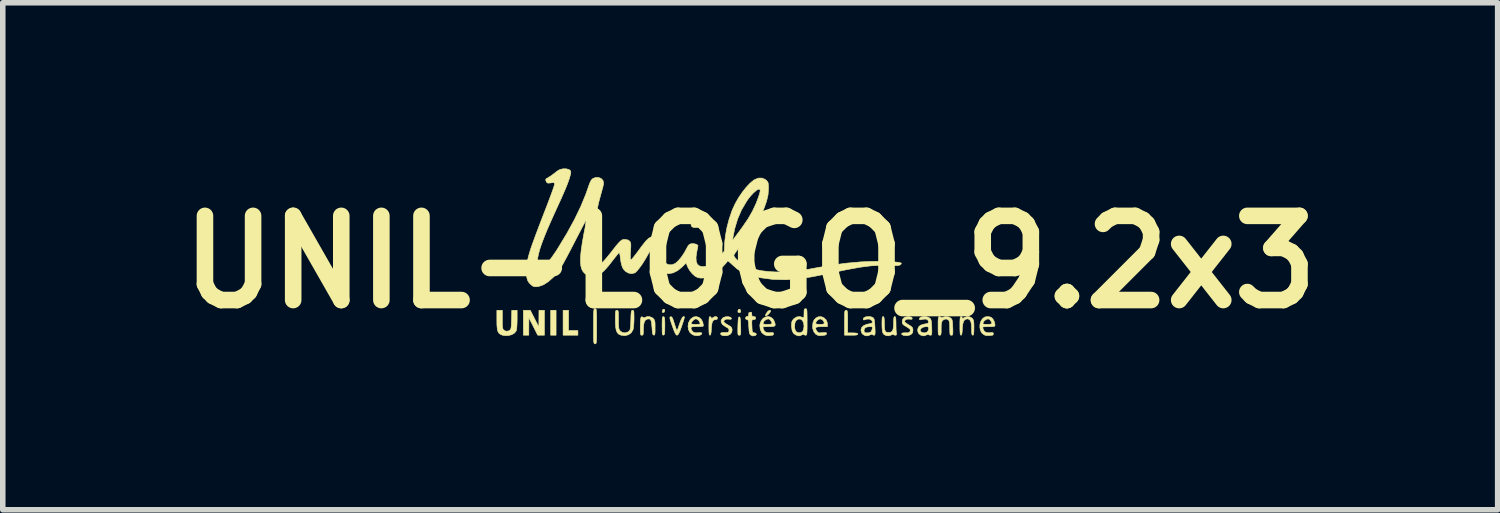
<source format=kicad_pcb>
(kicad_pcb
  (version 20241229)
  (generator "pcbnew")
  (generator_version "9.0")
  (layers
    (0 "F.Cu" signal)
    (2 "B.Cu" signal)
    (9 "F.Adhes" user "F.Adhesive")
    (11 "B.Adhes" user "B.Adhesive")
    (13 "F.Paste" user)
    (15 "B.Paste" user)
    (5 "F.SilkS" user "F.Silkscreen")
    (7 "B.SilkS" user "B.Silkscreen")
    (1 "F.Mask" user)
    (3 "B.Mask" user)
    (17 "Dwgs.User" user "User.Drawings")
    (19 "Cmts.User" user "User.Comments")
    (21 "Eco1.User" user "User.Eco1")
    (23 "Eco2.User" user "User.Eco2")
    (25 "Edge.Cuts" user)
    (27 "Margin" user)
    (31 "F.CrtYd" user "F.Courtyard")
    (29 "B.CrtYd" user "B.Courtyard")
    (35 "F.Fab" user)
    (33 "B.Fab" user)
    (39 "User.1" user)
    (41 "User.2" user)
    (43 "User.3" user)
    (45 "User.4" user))
  (footprint "UNIL-LOGO_9.2x3"
    (layer "F.Cu")
    (at 10.53 1.692)
    (property "Reference" "UNIL-LOGO_9.2x3" (at 0 0 0) (layer "F.SilkS") (effects (font (size 1.524 1.524) (thickness 0.3))))
    (attr through_hole)
    (fp_poly (pts (xy -3.514 1.326) (xy -3.612 1.326) (xy -3.612 0.875) (xy -3.514 0.875) (xy -3.514 1.326)) (stroke (width 0.01) (type solid)) (fill yes) (layer "F.SilkS"))
    (fp_poly (pts (xy -3.288 1.242) (xy -3.119 1.242) (xy -3.119 1.326) (xy -3.387 1.326) (xy -3.387 0.875) (xy -3.288 0.875) (xy -3.288 1.242)) (stroke (width 0.01) (type solid)) (fill yes) (layer "F.SilkS"))
    (fp_poly (pts (xy -1.549 0.864) (xy -1.546 0.885) (xy -1.556 0.907) (xy -1.571 0.915) (xy -1.59 0.912) (xy -1.593 0.891) (xy -1.592 0.887) (xy -1.581 0.861) (xy -1.566 0.854) (xy -1.549 0.864)) (stroke (width 0.01) (type solid)) (fill yes) (layer "F.SilkS"))
    (fp_poly (pts (xy -0.179 0.866) (xy -0.172 0.885) (xy -0.174 0.91) (xy -0.196 0.917) (xy -0.198 0.917) (xy -0.22 0.911) (xy -0.223 0.887) (xy -0.223 0.885) (xy -0.212 0.861) (xy -0.198 0.854) (xy -0.179 0.866)) (stroke (width 0.01) (type solid)) (fill yes) (layer "F.SilkS"))
    (fp_poly (pts (xy -3.903 1.027) (xy -3.826 1.178) (xy -3.825 1.027) (xy -3.824 0.875) (xy -3.725 0.875) (xy -3.725 1.326) (xy -3.846 1.326) (xy -4.006 1.009) (xy -4.008 1.326) (xy -4.106 1.326) (xy -4.106 0.875) (xy -3.98 0.875) (xy -3.903 1.027)) (stroke (width 0.01) (type solid)) (fill yes) (layer "F.SilkS"))
    (fp_poly (pts (xy 0.368 0.878) (xy 0.371 0.89) (xy 0.358 0.913) (xy 0.336 0.939) (xy 0.312 0.962) (xy 0.29 0.973) (xy 0.287 0.974) (xy 0.276 0.97) (xy 0.279 0.953) (xy 0.292 0.93) (xy 0.322 0.89) (xy 0.351 0.875) (xy 0.368 0.878)) (stroke (width 0.01) (type solid)) (fill yes) (layer "F.SilkS"))
    (fp_poly (pts (xy -0.188 0.999) (xy -0.182 1.016) (xy -0.177 1.049) (xy -0.174 1.103) (xy -0.172 1.161) (xy -0.171 1.231) (xy -0.171 1.278) (xy -0.174 1.307) (xy -0.179 1.321) (xy -0.188 1.326) (xy -0.198 1.326) (xy -0.21 1.325) (xy -0.218 1.318) (xy -0.223 1.3) (xy -0.224 1.266) (xy -0.224 1.213) (xy -0.223 1.161) (xy -0.22 1.088) (xy -0.217 1.04) (xy -0.212 1.011) (xy -0.205 0.997) (xy -0.198 0.995) (xy -0.188 0.999)) (stroke (width 0.01) (type solid)) (fill yes) (layer "F.SilkS"))
    (fp_poly (pts (xy -0.881 -0.792) (xy -0.881 -0.792) (xy -0.859 -0.777) (xy -0.849 -0.753) (xy -0.847 -0.715) (xy -0.848 -0.676) (xy -0.858 -0.656) (xy -0.883 -0.643) (xy -0.901 -0.637) (xy -0.965 -0.624) (xy -1.018 -0.623) (xy -1.052 -0.635) (xy -1.056 -0.638) (xy -1.069 -0.665) (xy -1.072 -0.688) (xy -1.068 -0.712) (xy -1.05 -0.714) (xy -1.048 -0.714) (xy -1.025 -0.717) (xy -1.006 -0.744) (xy -1.004 -0.748) (xy -0.974 -0.786) (xy -0.931 -0.802) (xy -0.881 -0.792)) (stroke (width 0.01) (type solid)) (fill yes) (layer "F.SilkS"))
    (fp_poly (pts (xy -1.57 0.99) (xy -1.559 0.995) (xy -1.552 1.009) (xy -1.548 1.035) (xy -1.546 1.08) (xy -1.545 1.147) (xy -1.545 1.157) (xy -1.546 1.228) (xy -1.547 1.275) (xy -1.551 1.303) (xy -1.558 1.318) (xy -1.568 1.323) (xy -1.57 1.324) (xy -1.58 1.323) (xy -1.587 1.315) (xy -1.592 1.293) (xy -1.594 1.254) (xy -1.594 1.194) (xy -1.595 1.157) (xy -1.594 1.085) (xy -1.593 1.037) (xy -1.59 1.008) (xy -1.584 0.994) (xy -1.575 0.99) (xy -1.57 0.99)) (stroke (width 0.01) (type solid)) (fill yes) (layer "F.SilkS"))
    (fp_poly (pts (xy 1.747 0.876) (xy 1.754 0.883) (xy 1.759 0.901) (xy 1.762 0.932) (xy 1.764 0.982) (xy 1.764 1.054) (xy 1.764 1.079) (xy 1.764 1.284) (xy 1.856 1.284) (xy 1.907 1.286) (xy 1.936 1.291) (xy 1.947 1.3) (xy 1.947 1.305) (xy 1.942 1.316) (xy 1.924 1.322) (xy 1.886 1.326) (xy 1.827 1.326) (xy 1.707 1.326) (xy 1.707 1.101) (xy 1.708 1.016) (xy 1.708 0.956) (xy 1.71 0.916) (xy 1.714 0.892) (xy 1.72 0.88) (xy 1.729 0.875) (xy 1.736 0.875) (xy 1.747 0.876)) (stroke (width 0.01) (type solid)) (fill yes) (layer "F.SilkS"))
    (fp_poly (pts (xy -0.709 0.999) (xy -0.706 1.011) (xy -0.704 1.027) (xy -0.693 1.022) (xy -0.68 1.011) (xy -0.647 0.992) (xy -0.616 0.988) (xy -0.596 1.002) (xy -0.593 1.016) (xy -0.601 1.039) (xy -0.626 1.044) (xy -0.657 1.05) (xy -0.678 1.071) (xy -0.692 1.109) (xy -0.7 1.17) (xy -0.703 1.208) (xy -0.707 1.27) (xy -0.714 1.307) (xy -0.723 1.324) (xy -0.728 1.326) (xy -0.737 1.321) (xy -0.743 1.301) (xy -0.746 1.264) (xy -0.748 1.204) (xy -0.748 1.157) (xy -0.747 1.084) (xy -0.745 1.035) (xy -0.741 1.005) (xy -0.735 0.991) (xy -0.727 0.988) (xy -0.709 0.999)) (stroke (width 0.01) (type solid)) (fill yes) (layer "F.SilkS"))
    (fp_poly (pts (xy -2.799 0.848) (xy -2.792 0.853) (xy -2.787 0.866) (xy -2.784 0.89) (xy -2.782 0.929) (xy -2.78 0.986) (xy -2.78 1.065) (xy -2.78 1.164) (xy -2.78 1.267) (xy -2.78 1.344) (xy -2.782 1.401) (xy -2.784 1.439) (xy -2.787 1.463) (xy -2.792 1.476) (xy -2.799 1.481) (xy -2.808 1.482) (xy -2.817 1.481) (xy -2.824 1.475) (xy -2.829 1.462) (xy -2.833 1.438) (xy -2.835 1.399) (xy -2.836 1.342) (xy -2.836 1.264) (xy -2.836 1.164) (xy -2.836 1.062) (xy -2.836 0.984) (xy -2.835 0.928) (xy -2.832 0.889) (xy -2.829 0.866) (xy -2.824 0.853) (xy -2.817 0.848) (xy -2.808 0.847) (xy -2.799 0.848)) (stroke (width 0.01) (type solid)) (fill yes) (layer "F.SilkS"))
    (fp_poly (pts (xy -4.487 1.042) (xy -4.487 1.115) (xy -4.485 1.165) (xy -4.48 1.198) (xy -4.473 1.219) (xy -4.462 1.233) (xy -4.462 1.233) (xy -4.42 1.254) (xy -4.374 1.248) (xy -4.352 1.236) (xy -4.341 1.224) (xy -4.332 1.206) (xy -4.327 1.176) (xy -4.323 1.129) (xy -4.321 1.06) (xy -4.32 1.045) (xy -4.316 0.875) (xy -4.219 0.875) (xy -4.219 1.044) (xy -4.221 1.122) (xy -4.225 1.188) (xy -4.231 1.233) (xy -4.236 1.249) (xy -4.268 1.288) (xy -4.319 1.317) (xy -4.382 1.333) (xy -4.448 1.333) (xy -4.483 1.326) (xy -4.522 1.31) (xy -4.549 1.289) (xy -4.568 1.256) (xy -4.579 1.209) (xy -4.585 1.141) (xy -4.586 1.056) (xy -4.586 0.875) (xy -4.487 0.875) (xy -4.487 1.042)) (stroke (width 0.01) (type solid)) (fill yes) (layer "F.SilkS"))
    (fp_poly (pts (xy -1.191 0.992) (xy -1.192 1.007) (xy -1.201 1.044) (xy -1.218 1.096) (xy -1.239 1.159) (xy -1.239 1.16) (xy -1.269 1.241) (xy -1.293 1.295) (xy -1.314 1.323) (xy -1.334 1.324) (xy -1.354 1.299) (xy -1.377 1.249) (xy -1.401 1.183) (xy -1.427 1.109) (xy -1.444 1.058) (xy -1.453 1.025) (xy -1.455 1.006) (xy -1.451 0.997) (xy -1.441 0.992) (xy -1.436 0.991) (xy -1.423 0.994) (xy -1.41 1.01) (xy -1.395 1.045) (xy -1.377 1.102) (xy -1.373 1.114) (xy -1.355 1.169) (xy -1.34 1.212) (xy -1.329 1.238) (xy -1.326 1.242) (xy -1.319 1.229) (xy -1.305 1.196) (xy -1.288 1.148) (xy -1.279 1.121) (xy -1.252 1.049) (xy -1.228 1.004) (xy -1.206 0.986) (xy -1.191 0.992)) (stroke (width 0.01) (type solid)) (fill yes) (layer "F.SilkS"))
    (fp_poly (pts (xy -0.37 0.996) (xy -0.346 1.01) (xy -0.341 1.019) (xy -0.343 1.034) (xy -0.36 1.038) (xy -0.387 1.035) (xy -0.434 1.035) (xy -0.467 1.051) (xy -0.48 1.08) (xy -0.48 1.08) (xy -0.468 1.096) (xy -0.438 1.119) (xy -0.406 1.139) (xy -0.363 1.163) (xy -0.34 1.184) (xy -0.33 1.208) (xy -0.327 1.228) (xy -0.335 1.277) (xy -0.365 1.312) (xy -0.413 1.333) (xy -0.475 1.336) (xy -0.504 1.331) (xy -0.53 1.316) (xy -0.536 1.3) (xy -0.531 1.286) (xy -0.512 1.278) (xy -0.473 1.276) (xy -0.462 1.276) (xy -0.419 1.276) (xy -0.396 1.27) (xy -0.387 1.257) (xy -0.384 1.242) (xy -0.386 1.218) (xy -0.402 1.198) (xy -0.438 1.176) (xy -0.445 1.172) (xy -0.498 1.136) (xy -0.525 1.096) (xy -0.527 1.056) (xy -0.503 1.02) (xy -0.486 1.007) (xy -0.45 0.993) (xy -0.409 0.99) (xy -0.37 0.996)) (stroke (width 0.01) (type solid)) (fill yes) (layer "F.SilkS"))
    (fp_poly (pts (xy 2.903 0.995) (xy 2.928 1.01) (xy 2.932 1.019) (xy 2.931 1.034) (xy 2.914 1.038) (xy 2.887 1.035) (xy 2.841 1.035) (xy 2.807 1.05) (xy 2.794 1.077) (xy 2.794 1.078) (xy 2.805 1.094) (xy 2.835 1.116) (xy 2.868 1.137) (xy 2.91 1.163) (xy 2.934 1.185) (xy 2.944 1.21) (xy 2.946 1.229) (xy 2.942 1.275) (xy 2.923 1.303) (xy 2.881 1.326) (xy 2.828 1.335) (xy 2.777 1.329) (xy 2.768 1.326) (xy 2.742 1.31) (xy 2.742 1.295) (xy 2.764 1.284) (xy 2.806 1.282) (xy 2.812 1.282) (xy 2.855 1.282) (xy 2.879 1.274) (xy 2.891 1.26) (xy 2.899 1.238) (xy 2.893 1.219) (xy 2.869 1.198) (xy 2.825 1.17) (xy 2.819 1.166) (xy 2.779 1.142) (xy 2.759 1.121) (xy 2.752 1.096) (xy 2.752 1.079) (xy 2.759 1.037) (xy 2.785 1.009) (xy 2.786 1.008) (xy 2.822 0.994) (xy 2.865 0.99) (xy 2.903 0.995)) (stroke (width 0.01) (type solid)) (fill yes) (layer "F.SilkS"))
    (fp_poly (pts (xy 0.022 0.909) (xy 0.028 0.929) (xy 0.028 0.944) (xy 0.032 0.975) (xy 0.047 0.987) (xy 0.064 0.988) (xy 0.091 0.994) (xy 0.099 1.016) (xy 0.091 1.038) (xy 0.063 1.044) (xy 0.045 1.045) (xy 0.035 1.052) (xy 0.03 1.07) (xy 0.029 1.105) (xy 0.031 1.161) (xy 0.034 1.218) (xy 0.037 1.252) (xy 0.044 1.271) (xy 0.056 1.279) (xy 0.074 1.282) (xy 0.104 1.292) (xy 0.112 1.311) (xy 0.098 1.328) (xy 0.091 1.332) (xy 0.049 1.34) (xy 0.011 1.324) (xy 0.007 1.321) (xy -0.006 1.306) (xy -0.015 1.282) (xy -0.021 1.241) (xy -0.025 1.179) (xy -0.026 1.173) (xy -0.029 1.112) (xy -0.033 1.074) (xy -0.04 1.053) (xy -0.05 1.045) (xy -0.058 1.044) (xy -0.08 1.033) (xy -0.085 1.016) (xy -0.075 0.992) (xy -0.056 0.988) (xy -0.034 0.98) (xy -0.028 0.953) (xy -0.026 0.926) (xy -0.022 0.917) (xy -0.006 0.913) (xy 0.006 0.909) (xy 0.022 0.909)) (stroke (width 0.01) (type solid)) (fill yes) (layer "F.SilkS"))
    (fp_poly (pts (xy 3.836 0.999) (xy 3.838 1.01) (xy 3.841 1.024) (xy 3.853 1.021) (xy 3.87 1.01) (xy 3.919 0.99) (xy 3.971 0.992) (xy 4.015 1.016) (xy 4.019 1.02) (xy 4.034 1.039) (xy 4.043 1.061) (xy 4.048 1.095) (xy 4.05 1.145) (xy 4.05 1.19) (xy 4.049 1.254) (xy 4.046 1.295) (xy 4.041 1.318) (xy 4.032 1.326) (xy 4.029 1.326) (xy 4.018 1.321) (xy 4.012 1.302) (xy 4.008 1.265) (xy 4.008 1.21) (xy 4.004 1.13) (xy 3.992 1.075) (xy 3.97 1.043) (xy 3.939 1.03) (xy 3.931 1.03) (xy 3.894 1.039) (xy 3.867 1.066) (xy 3.85 1.115) (xy 3.841 1.188) (xy 3.84 1.208) (xy 3.836 1.269) (xy 3.831 1.307) (xy 3.822 1.324) (xy 3.816 1.326) (xy 3.807 1.321) (xy 3.801 1.302) (xy 3.798 1.266) (xy 3.796 1.208) (xy 3.796 1.157) (xy 3.796 1.084) (xy 3.798 1.035) (xy 3.802 1.005) (xy 3.809 0.991) (xy 3.817 0.988) (xy 3.836 0.999)) (stroke (width 0.01) (type solid)) (fill yes) (layer "F.SilkS"))
    (fp_poly (pts (xy -1.824 0.989) (xy -1.78 1.005) (xy -1.756 1.022) (xy -1.74 1.041) (xy -1.73 1.061) (xy -1.724 1.09) (xy -1.722 1.135) (xy -1.722 1.193) (xy -1.722 1.256) (xy -1.724 1.295) (xy -1.729 1.316) (xy -1.737 1.324) (xy -1.746 1.324) (xy -1.758 1.317) (xy -1.766 1.3) (xy -1.772 1.267) (xy -1.776 1.213) (xy -1.778 1.187) (xy -1.784 1.115) (xy -1.793 1.067) (xy -1.808 1.04) (xy -1.83 1.03) (xy -1.863 1.034) (xy -1.865 1.035) (xy -1.897 1.052) (xy -1.918 1.089) (xy -1.93 1.146) (xy -1.933 1.221) (xy -1.934 1.275) (xy -1.937 1.307) (xy -1.944 1.322) (xy -1.957 1.326) (xy -1.961 1.326) (xy -1.974 1.325) (xy -1.982 1.316) (xy -1.986 1.297) (xy -1.989 1.26) (xy -1.99 1.203) (xy -1.99 1.165) (xy -1.988 1.086) (xy -1.984 1.032) (xy -1.976 1.002) (xy -1.964 0.991) (xy -1.946 0.998) (xy -1.939 1.003) (xy -1.917 1.013) (xy -1.902 1.004) (xy -1.869 0.989) (xy -1.824 0.989)) (stroke (width 0.01) (type solid)) (fill yes) (layer "F.SilkS"))
    (fp_poly (pts (xy 2.628 0.993) (xy 2.634 1.01) (xy 2.637 1.045) (xy 2.639 1.101) (xy 2.639 1.125) (xy 2.64 1.188) (xy 2.642 1.244) (xy 2.646 1.283) (xy 2.648 1.295) (xy 2.649 1.319) (xy 2.632 1.326) (xy 2.626 1.326) (xy 2.602 1.321) (xy 2.596 1.313) (xy 2.586 1.31) (xy 2.56 1.319) (xy 2.558 1.32) (xy 2.512 1.337) (xy 2.47 1.335) (xy 2.446 1.326) (xy 2.419 1.31) (xy 2.401 1.284) (xy 2.391 1.243) (xy 2.386 1.182) (xy 2.385 1.123) (xy 2.386 1.059) (xy 2.388 1.018) (xy 2.394 0.996) (xy 2.403 0.988) (xy 2.406 0.988) (xy 2.417 0.993) (xy 2.424 1.014) (xy 2.427 1.054) (xy 2.429 1.097) (xy 2.43 1.172) (xy 2.435 1.222) (xy 2.445 1.254) (xy 2.462 1.27) (xy 2.487 1.276) (xy 2.505 1.277) (xy 2.543 1.272) (xy 2.57 1.254) (xy 2.586 1.218) (xy 2.594 1.162) (xy 2.596 1.097) (xy 2.597 1.04) (xy 2.601 1.006) (xy 2.609 0.991) (xy 2.618 0.988) (xy 2.628 0.993)) (stroke (width 0.01) (type solid)) (fill yes) (layer "F.SilkS"))
    (fp_poly (pts (xy 1.288 0.991) (xy 1.335 1.011) (xy 1.373 1.047) (xy 1.394 1.096) (xy 1.397 1.121) (xy 1.397 1.171) (xy 1.291 1.171) (xy 1.23 1.174) (xy 1.195 1.182) (xy 1.183 1.199) (xy 1.192 1.228) (xy 1.209 1.255) (xy 1.225 1.274) (xy 1.246 1.282) (xy 1.28 1.282) (xy 1.307 1.28) (xy 1.353 1.277) (xy 1.376 1.28) (xy 1.383 1.291) (xy 1.376 1.313) (xy 1.372 1.317) (xy 1.346 1.326) (xy 1.304 1.331) (xy 1.261 1.333) (xy 1.232 1.331) (xy 1.187 1.308) (xy 1.153 1.265) (xy 1.132 1.207) (xy 1.129 1.169) (xy 1.135 1.108) (xy 1.185 1.108) (xy 1.192 1.12) (xy 1.217 1.127) (xy 1.263 1.129) (xy 1.309 1.127) (xy 1.332 1.121) (xy 1.34 1.109) (xy 1.341 1.105) (xy 1.329 1.072) (xy 1.302 1.043) (xy 1.269 1.03) (xy 1.268 1.03) (xy 1.237 1.041) (xy 1.206 1.066) (xy 1.187 1.097) (xy 1.185 1.108) (xy 1.135 1.108) (xy 1.135 1.1) (xy 1.156 1.05) (xy 1.191 1.013) (xy 1.237 0.991) (xy 1.288 0.991)) (stroke (width 0.01) (type solid)) (fill yes) (layer "F.SilkS"))
    (fp_poly (pts (xy 3.445 0.996) (xy 3.45 1.002) (xy 3.469 1.008) (xy 3.485 1.002) (xy 3.536 0.989) (xy 3.591 0.995) (xy 3.629 1.015) (xy 3.644 1.03) (xy 3.654 1.048) (xy 3.66 1.077) (xy 3.664 1.122) (xy 3.667 1.184) (xy 3.669 1.248) (xy 3.668 1.29) (xy 3.665 1.313) (xy 3.658 1.324) (xy 3.646 1.326) (xy 3.642 1.326) (xy 3.628 1.325) (xy 3.619 1.315) (xy 3.615 1.293) (xy 3.613 1.253) (xy 3.612 1.2) (xy 3.611 1.133) (xy 3.606 1.089) (xy 3.598 1.062) (xy 3.59 1.052) (xy 3.553 1.032) (xy 3.513 1.038) (xy 3.485 1.058) (xy 3.471 1.077) (xy 3.463 1.102) (xy 3.458 1.141) (xy 3.457 1.201) (xy 3.457 1.206) (xy 3.457 1.265) (xy 3.454 1.3) (xy 3.449 1.319) (xy 3.438 1.326) (xy 3.429 1.326) (xy 3.417 1.325) (xy 3.409 1.317) (xy 3.404 1.297) (xy 3.402 1.262) (xy 3.401 1.207) (xy 3.401 1.157) (xy 3.401 1.084) (xy 3.403 1.034) (xy 3.408 1.004) (xy 3.414 0.991) (xy 3.421 0.988) (xy 3.445 0.996)) (stroke (width 0.01) (type solid)) (fill yes) (layer "F.SilkS"))
    (fp_poly (pts (xy -0.927 1.003) (xy -0.887 1.037) (xy -0.859 1.088) (xy -0.847 1.152) (xy -0.847 1.159) (xy -0.86 1.165) (xy -0.894 1.169) (xy -0.944 1.171) (xy -0.96 1.171) (xy -1.016 1.172) (xy -1.05 1.175) (xy -1.066 1.181) (xy -1.072 1.192) (xy -1.072 1.199) (xy -1.063 1.23) (xy -1.043 1.258) (xy -1.018 1.276) (xy -0.988 1.283) (xy -0.944 1.281) (xy -0.9 1.279) (xy -0.878 1.284) (xy -0.875 1.292) (xy -0.887 1.315) (xy -0.919 1.33) (xy -0.962 1.335) (xy -1.01 1.329) (xy -1.044 1.316) (xy -1.089 1.279) (xy -1.117 1.226) (xy -1.126 1.164) (xy -1.119 1.117) (xy -1.072 1.117) (xy -1.06 1.123) (xy -1.026 1.128) (xy -0.987 1.129) (xy -0.94 1.128) (xy -0.915 1.125) (xy -0.907 1.116) (xy -0.91 1.099) (xy -0.911 1.097) (xy -0.934 1.057) (xy -0.97 1.033) (xy -0.989 1.03) (xy -1.013 1.041) (xy -1.041 1.066) (xy -1.064 1.095) (xy -1.072 1.117) (xy -1.119 1.117) (xy -1.117 1.102) (xy -1.087 1.045) (xy -1.072 1.028) (xy -1.025 0.996) (xy -0.975 0.989) (xy -0.927 1.003)) (stroke (width 0.01) (type solid)) (fill yes) (layer "F.SilkS"))
    (fp_poly (pts (xy 0.373 1) (xy 0.413 1.033) (xy 0.432 1.066) (xy 0.45 1.114) (xy 0.453 1.145) (xy 0.439 1.162) (xy 0.403 1.169) (xy 0.343 1.171) (xy 0.338 1.171) (xy 0.282 1.172) (xy 0.248 1.174) (xy 0.233 1.179) (xy 0.23 1.19) (xy 0.234 1.203) (xy 0.256 1.251) (xy 0.29 1.276) (xy 0.342 1.282) (xy 0.356 1.281) (xy 0.397 1.278) (xy 0.417 1.282) (xy 0.423 1.295) (xy 0.423 1.3) (xy 0.415 1.322) (xy 0.404 1.326) (xy 0.376 1.329) (xy 0.344 1.334) (xy 0.296 1.332) (xy 0.254 1.316) (xy 0.209 1.279) (xy 0.182 1.223) (xy 0.174 1.155) (xy 0.177 1.123) (xy 0.18 1.116) (xy 0.234 1.116) (xy 0.243 1.125) (xy 0.27 1.128) (xy 0.312 1.129) (xy 0.364 1.127) (xy 0.39 1.119) (xy 0.395 1.111) (xy 0.385 1.08) (xy 0.362 1.05) (xy 0.336 1.032) (xy 0.327 1.03) (xy 0.288 1.042) (xy 0.253 1.07) (xy 0.236 1.1) (xy 0.234 1.116) (xy 0.18 1.116) (xy 0.198 1.064) (xy 0.233 1.021) (xy 0.278 0.995) (xy 0.326 0.987) (xy 0.373 1)) (stroke (width 0.01) (type solid)) (fill yes) (layer "F.SilkS"))
    (fp_poly (pts (xy -2.118 0.877) (xy -2.11 0.886) (xy -2.105 0.908) (xy -2.104 0.947) (xy -2.103 1.008) (xy -2.103 1.027) (xy -2.105 1.095) (xy -2.11 1.157) (xy -2.116 1.206) (xy -2.121 1.226) (xy -2.154 1.282) (xy -2.205 1.318) (xy -2.268 1.334) (xy -2.337 1.326) (xy -2.339 1.325) (xy -2.378 1.309) (xy -2.405 1.282) (xy -2.424 1.243) (xy -2.435 1.185) (xy -2.44 1.106) (xy -2.441 1.048) (xy -2.441 0.975) (xy -2.44 0.927) (xy -2.437 0.897) (xy -2.431 0.881) (xy -2.422 0.876) (xy -2.413 0.875) (xy -2.401 0.877) (xy -2.393 0.885) (xy -2.388 0.904) (xy -2.386 0.939) (xy -2.385 0.995) (xy -2.385 1.042) (xy -2.384 1.116) (xy -2.382 1.166) (xy -2.378 1.201) (xy -2.37 1.225) (xy -2.358 1.244) (xy -2.356 1.247) (xy -2.316 1.276) (xy -2.267 1.284) (xy -2.217 1.269) (xy -2.199 1.257) (xy -2.185 1.244) (xy -2.176 1.228) (xy -2.17 1.204) (xy -2.166 1.166) (xy -2.163 1.109) (xy -2.161 1.053) (xy -2.159 0.979) (xy -2.156 0.929) (xy -2.152 0.898) (xy -2.146 0.882) (xy -2.137 0.876) (xy -2.13 0.875) (xy -2.118 0.877)) (stroke (width 0.01) (type solid)) (fill yes) (layer "F.SilkS"))
    (fp_poly (pts (xy 4.332 0.993) (xy 4.361 1.002) (xy 4.392 1.031) (xy 4.417 1.076) (xy 4.43 1.125) (xy 4.431 1.135) (xy 4.43 1.153) (xy 4.423 1.164) (xy 4.404 1.169) (xy 4.367 1.171) (xy 4.317 1.171) (xy 4.261 1.172) (xy 4.228 1.174) (xy 4.212 1.179) (xy 4.21 1.19) (xy 4.213 1.203) (xy 4.235 1.251) (xy 4.27 1.276) (xy 4.321 1.282) (xy 4.336 1.281) (xy 4.376 1.278) (xy 4.396 1.282) (xy 4.402 1.295) (xy 4.403 1.3) (xy 4.394 1.322) (xy 4.383 1.326) (xy 4.356 1.329) (xy 4.323 1.333) (xy 4.281 1.333) (xy 4.24 1.322) (xy 4.196 1.289) (xy 4.169 1.242) (xy 4.157 1.186) (xy 4.159 1.128) (xy 4.163 1.116) (xy 4.213 1.116) (xy 4.223 1.125) (xy 4.249 1.128) (xy 4.291 1.129) (xy 4.343 1.127) (xy 4.37 1.119) (xy 4.374 1.111) (xy 4.365 1.08) (xy 4.342 1.05) (xy 4.315 1.032) (xy 4.306 1.03) (xy 4.268 1.042) (xy 4.233 1.07) (xy 4.215 1.1) (xy 4.213 1.116) (xy 4.163 1.116) (xy 4.176 1.073) (xy 4.205 1.027) (xy 4.246 0.997) (xy 4.291 0.988) (xy 4.332 0.993)) (stroke (width 0.01) (type solid)) (fill yes) (layer "F.SilkS"))
    (fp_poly (pts (xy 2.177 0.99) (xy 2.216 1.003) (xy 2.223 1.008) (xy 2.236 1.021) (xy 2.245 1.042) (xy 2.251 1.077) (xy 2.255 1.131) (xy 2.258 1.177) (xy 2.261 1.244) (xy 2.261 1.287) (xy 2.258 1.312) (xy 2.252 1.324) (xy 2.241 1.326) (xy 2.24 1.326) (xy 2.219 1.32) (xy 2.215 1.312) (xy 2.205 1.308) (xy 2.178 1.317) (xy 2.174 1.319) (xy 2.132 1.336) (xy 2.098 1.337) (xy 2.065 1.326) (xy 2.033 1.304) (xy 2.019 1.286) (xy 2.007 1.242) (xy 2.06 1.242) (xy 2.067 1.271) (xy 2.07 1.275) (xy 2.093 1.283) (xy 2.13 1.283) (xy 2.165 1.277) (xy 2.184 1.266) (xy 2.199 1.24) (xy 2.209 1.21) (xy 2.213 1.184) (xy 2.204 1.174) (xy 2.175 1.171) (xy 2.167 1.171) (xy 2.124 1.175) (xy 2.09 1.185) (xy 2.088 1.186) (xy 2.068 1.209) (xy 2.06 1.242) (xy 2.007 1.242) (xy 2.004 1.235) (xy 2.016 1.19) (xy 2.051 1.154) (xy 2.107 1.129) (xy 2.143 1.122) (xy 2.192 1.111) (xy 2.214 1.095) (xy 2.21 1.072) (xy 2.193 1.052) (xy 2.157 1.033) (xy 2.109 1.035) (xy 2.082 1.044) (xy 2.056 1.051) (xy 2.047 1.042) (xy 2.046 1.031) (xy 2.059 1.009) (xy 2.09 0.994) (xy 2.132 0.988) (xy 2.177 0.99)) (stroke (width 0.01) (type solid)) (fill yes) (layer "F.SilkS"))
    (fp_poly (pts (xy 3.194 0.992) (xy 3.234 1.006) (xy 3.248 1.015) (xy 3.263 1.03) (xy 3.273 1.048) (xy 3.279 1.077) (xy 3.283 1.122) (xy 3.286 1.184) (xy 3.288 1.248) (xy 3.287 1.29) (xy 3.284 1.313) (xy 3.277 1.324) (xy 3.265 1.326) (xy 3.261 1.326) (xy 3.237 1.321) (xy 3.231 1.313) (xy 3.221 1.31) (xy 3.195 1.319) (xy 3.193 1.32) (xy 3.159 1.335) (xy 3.132 1.338) (xy 3.097 1.328) (xy 3.088 1.325) (xy 3.052 1.299) (xy 3.034 1.259) (xy 3.033 1.234) (xy 3.076 1.234) (xy 3.088 1.262) (xy 3.118 1.279) (xy 3.156 1.284) (xy 3.193 1.274) (xy 3.209 1.262) (xy 3.227 1.23) (xy 3.231 1.205) (xy 3.228 1.183) (xy 3.211 1.173) (xy 3.18 1.171) (xy 3.135 1.179) (xy 3.098 1.199) (xy 3.078 1.225) (xy 3.076 1.234) (xy 3.033 1.234) (xy 3.033 1.214) (xy 3.05 1.173) (xy 3.084 1.145) (xy 3.122 1.132) (xy 3.169 1.121) (xy 3.176 1.12) (xy 3.213 1.112) (xy 3.228 1.099) (xy 3.229 1.083) (xy 3.212 1.047) (xy 3.176 1.033) (xy 3.122 1.038) (xy 3.119 1.039) (xy 3.083 1.047) (xy 3.066 1.046) (xy 3.062 1.033) (xy 3.062 1.03) (xy 3.074 1.008) (xy 3.106 0.993) (xy 3.148 0.988) (xy 3.194 0.992)) (stroke (width 0.01) (type solid)) (fill yes) (layer "F.SilkS"))
    (fp_poly (pts (xy 1.012 0.848) (xy 1.02 0.854) (xy 1.025 0.87) (xy 1.028 0.898) (xy 1.029 0.944) (xy 1.03 1.01) (xy 1.03 1.087) (xy 1.03 1.174) (xy 1.029 1.237) (xy 1.027 1.28) (xy 1.024 1.306) (xy 1.019 1.32) (xy 1.011 1.326) (xy 1.002 1.326) (xy 0.979 1.321) (xy 0.974 1.313) (xy 0.963 1.31) (xy 0.937 1.319) (xy 0.935 1.32) (xy 0.901 1.336) (xy 0.874 1.338) (xy 0.84 1.327) (xy 0.825 1.321) (xy 0.784 1.292) (xy 0.759 1.245) (xy 0.749 1.177) (xy 0.748 1.148) (xy 0.748 1.145) (xy 0.804 1.145) (xy 0.805 1.198) (xy 0.818 1.243) (xy 0.828 1.258) (xy 0.864 1.28) (xy 0.906 1.282) (xy 0.943 1.263) (xy 0.952 1.253) (xy 0.965 1.219) (xy 0.973 1.173) (xy 0.974 1.157) (xy 0.965 1.099) (xy 0.943 1.057) (xy 0.91 1.034) (xy 0.872 1.034) (xy 0.833 1.058) (xy 0.833 1.058) (xy 0.813 1.094) (xy 0.804 1.145) (xy 0.748 1.145) (xy 0.75 1.099) (xy 0.759 1.067) (xy 0.78 1.039) (xy 0.789 1.029) (xy 0.84 0.996) (xy 0.896 0.988) (xy 0.946 1.002) (xy 0.961 1.008) (xy 0.97 1.002) (xy 0.973 0.979) (xy 0.974 0.932) (xy 0.974 0.932) (xy 0.975 0.884) (xy 0.979 0.859) (xy 0.989 0.848) (xy 1.002 0.847) (xy 1.012 0.848)) (stroke (width 0.01) (type solid)) (fill yes) (layer "F.SilkS"))
    (fp_poly (pts (xy -3.329 -1.686) (xy -3.283 -1.674) (xy -3.264 -1.662) (xy -3.251 -1.645) (xy -3.247 -1.624) (xy -3.252 -1.591) (xy -3.259 -1.563) (xy -3.272 -1.516) (xy -3.29 -1.463) (xy -3.313 -1.401) (xy -3.343 -1.327) (xy -3.382 -1.237) (xy -3.429 -1.13) (xy -3.488 -1.002) (xy -3.516 -0.94) (xy -3.599 -0.757) (xy -3.669 -0.598) (xy -3.726 -0.459) (xy -3.772 -0.339) (xy -3.807 -0.236) (xy -3.831 -0.148) (xy -3.846 -0.074) (xy -3.852 -0.01) (xy -3.852 0.002) (xy -3.847 0.065) (xy -3.83 0.103) (xy -3.802 0.115) (xy -3.764 0.103) (xy -3.717 0.065) (xy -3.659 0.004) (xy -3.593 -0.082) (xy -3.517 -0.192) (xy -3.477 -0.255) (xy -3.317 -0.52) (xy -3.18 -0.77) (xy -3.066 -1.007) (xy -2.975 -1.228) (xy -2.94 -1.328) (xy -2.916 -1.398) (xy -2.896 -1.447) (xy -2.879 -1.479) (xy -2.861 -1.5) (xy -2.844 -1.512) (xy -2.794 -1.531) (xy -2.742 -1.529) (xy -2.697 -1.51) (xy -2.665 -1.476) (xy -2.653 -1.43) (xy -2.657 -1.403) (xy -2.667 -1.355) (xy -2.683 -1.297) (xy -2.694 -1.258) (xy -2.739 -1.092) (xy -2.781 -0.905) (xy -2.82 -0.706) (xy -2.854 -0.501) (xy -2.882 -0.299) (xy -2.894 -0.192) (xy -2.901 -0.092) (xy -2.901 -0.016) (xy -2.892 0.039) (xy -2.875 0.077) (xy -2.847 0.099) (xy -2.843 0.101) (xy -2.818 0.109) (xy -2.794 0.102) (xy -2.759 0.08) (xy -2.756 0.077) (xy -2.701 0.032) (xy -2.643 -0.026) (xy -2.579 -0.1) (xy -2.503 -0.195) (xy -2.501 -0.198) (xy -2.443 -0.272) (xy -2.398 -0.327) (xy -2.363 -0.365) (xy -2.336 -0.389) (xy -2.311 -0.403) (xy -2.287 -0.408) (xy -2.269 -0.409) (xy -2.213 -0.398) (xy -2.186 -0.38) (xy -2.173 -0.365) (xy -2.165 -0.347) (xy -2.161 -0.322) (xy -2.161 -0.282) (xy -2.164 -0.222) (xy -2.166 -0.196) (xy -2.17 -0.122) (xy -2.17 -0.073) (xy -2.166 -0.048) (xy -2.16 -0.042) (xy -2.153 -0.045) (xy -2.142 -0.053) (xy -2.126 -0.071) (xy -2.102 -0.101) (xy -2.068 -0.144) (xy -2.022 -0.205) (xy -1.963 -0.286) (xy -1.948 -0.305) (xy -1.891 -0.377) (xy -1.842 -0.425) (xy -1.796 -0.452) (xy -1.752 -0.46) (xy -1.704 -0.451) (xy -1.701 -0.45) (xy -1.661 -0.431) (xy -1.633 -0.402) (xy -1.617 -0.36) (xy -1.61 -0.298) (xy -1.609 -0.247) (xy -1.607 -0.185) (xy -1.602 -0.126) (xy -1.596 -0.082) (xy -1.595 -0.079) (xy -1.569 -0.017) (xy -1.526 0.027) (xy -1.473 0.05) (xy -1.414 0.051) (xy -1.356 0.026) (xy -1.355 0.026) (xy -1.303 -0.02) (xy -1.247 -0.087) (xy -1.192 -0.169) (xy -1.156 -0.235) (xy -1.13 -0.283) (xy -1.109 -0.311) (xy -1.086 -0.325) (xy -1.065 -0.331) (xy -1.027 -0.332) (xy -0.988 -0.324) (xy -0.958 -0.311) (xy -0.945 -0.295) (xy -0.948 -0.277) (xy -0.955 -0.239) (xy -0.966 -0.188) (xy -0.967 -0.181) (xy -0.981 -0.085) (xy -0.977 -0.01) (xy -0.956 0.043) (xy -0.916 0.074) (xy -0.859 0.085) (xy -0.807 0.079) (xy -0.757 0.062) (xy -0.704 0.029) (xy -0.643 -0.021) (xy -0.584 -0.078) (xy -0.47 -0.194) (xy -0.462 -0.348) (xy -0.458 -0.39) (xy -0.322 -0.39) (xy -0.285 -0.437) (xy -0.262 -0.467) (xy -0.228 -0.513) (xy -0.186 -0.57) (xy -0.141 -0.632) (xy -0.134 -0.642) (xy -0.035 -0.787) (xy 0.043 -0.924) (xy 0.107 -1.061) (xy 0.14 -1.148) (xy 0.163 -1.215) (xy 0.176 -1.261) (xy 0.181 -1.289) (xy 0.178 -1.306) (xy 0.167 -1.315) (xy 0.162 -1.318) (xy 0.138 -1.313) (xy 0.103 -1.289) (xy 0.059 -1.25) (xy 0.012 -1.2) (xy -0.034 -1.143) (xy -0.063 -1.101) (xy -0.156 -0.944) (xy -0.227 -0.78) (xy -0.28 -0.604) (xy -0.301 -0.502) (xy -0.322 -0.39) (xy -0.458 -0.39) (xy -0.448 -0.479) (xy -0.421 -0.625) (xy -0.382 -0.774) (xy -0.334 -0.916) (xy -0.319 -0.954) (xy -0.271 -1.057) (xy -0.212 -1.161) (xy -0.145 -1.26) (xy -0.075 -1.349) (xy -0.005 -1.424) (xy 0.061 -1.479) (xy 0.08 -1.491) (xy 0.148 -1.518) (xy 0.214 -1.519) (xy 0.272 -1.494) (xy 0.295 -1.475) (xy 0.313 -1.455) (xy 0.324 -1.432) (xy 0.329 -1.401) (xy 0.331 -1.353) (xy 0.331 -1.323) (xy 0.323 -1.216) (xy 0.297 -1.103) (xy 0.254 -0.979) (xy 0.192 -0.839) (xy 0.177 -0.808) (xy 0.117 -0.696) (xy 0.05 -0.588) (xy -0.027 -0.477) (xy -0.118 -0.358) (xy -0.175 -0.288) (xy -0.22 -0.233) (xy -0.258 -0.183) (xy -0.284 -0.144) (xy -0.296 -0.121) (xy -0.296 -0.118) (xy -0.285 -0.091) (xy -0.254 -0.054) (xy -0.208 -0.013) (xy -0.154 0.026) (xy -0.097 0.061) (xy -0.079 0.07) (xy 0.017 0.11) (xy 0.114 0.14) (xy 0.22 0.161) (xy 0.341 0.174) (xy 0.445 0.18) (xy 0.566 0.182) (xy 0.68 0.179) (xy 0.794 0.17) (xy 0.916 0.155) (xy 1.052 0.133) (xy 1.164 0.112) (xy 1.452 0.061) (xy 1.731 0.023) (xy 1.995 -0.001) (xy 2.187 -0.01) (xy 2.295 -0.011) (xy 2.4 -0.011) (xy 2.497 -0.008) (xy 2.583 -0.003) (xy 2.653 0.003) (xy 2.704 0.01) (xy 2.732 0.019) (xy 2.735 0.021) (xy 2.733 0.035) (xy 2.717 0.051) (xy 2.7 0.059) (xy 2.673 0.064) (xy 2.631 0.066) (xy 2.569 0.065) (xy 2.505 0.062) (xy 2.348 0.061) (xy 2.178 0.071) (xy 1.992 0.095) (xy 1.787 0.132) (xy 1.734 0.142) (xy 1.578 0.175) (xy 1.446 0.203) (xy 1.336 0.225) (xy 1.244 0.244) (xy 1.168 0.259) (xy 1.104 0.271) (xy 1.049 0.28) (xy 1.001 0.288) (xy 0.955 0.295) (xy 0.91 0.301) (xy 0.902 0.302) (xy 0.653 0.322) (xy 0.412 0.316) (xy 0.18 0.285) (xy 0.017 0.245) (xy -0.082 0.213) (xy -0.163 0.175) (xy -0.236 0.126) (xy -0.312 0.06) (xy -0.321 0.052) (xy -0.36 0.016) (xy -0.391 -0.01) (xy -0.407 -0.02) (xy -0.409 -0.019) (xy -0.419 -0.001) (xy -0.446 0.031) (xy -0.484 0.072) (xy -0.53 0.117) (xy -0.578 0.162) (xy -0.623 0.202) (xy -0.661 0.232) (xy -0.678 0.244) (xy -0.745 0.272) (xy -0.822 0.289) (xy -0.896 0.292) (xy -0.95 0.283) (xy -1 0.256) (xy -1.051 0.21) (xy -1.097 0.152) (xy -1.131 0.091) (xy -1.135 0.082) (xy -1.16 0.018) (xy -1.229 0.087) (xy -1.311 0.155) (xy -1.394 0.197) (xy -1.476 0.213) (xy -1.555 0.202) (xy -1.629 0.165) (xy -1.663 0.137) (xy -1.717 0.072) (xy -1.754 -0.005) (xy -1.775 -0.1) (xy -1.777 -0.114) (xy -1.784 -0.164) (xy -1.791 -0.202) (xy -1.795 -0.219) (xy -1.796 -0.22) (xy -1.804 -0.211) (xy -1.823 -0.182) (xy -1.849 -0.138) (xy -1.868 -0.103) (xy -1.912 -0.028) (xy -1.958 0.044) (xy -2.004 0.107) (xy -2.045 0.158) (xy -2.078 0.191) (xy -2.088 0.197) (xy -2.143 0.212) (xy -2.2 0.202) (xy -2.254 0.173) (xy -2.298 0.125) (xy -2.314 0.095) (xy -2.329 0.049) (xy -2.342 -0.011) (xy -2.35 -0.067) (xy -2.356 -0.117) (xy -2.363 -0.153) (xy -2.37 -0.169) (xy -2.37 -0.169) (xy -2.383 -0.159) (xy -2.408 -0.13) (xy -2.442 -0.087) (xy -2.482 -0.037) (xy -2.549 0.05) (xy -2.605 0.116) (xy -2.653 0.166) (xy -2.697 0.202) (xy -2.739 0.229) (xy -2.756 0.237) (xy -2.821 0.261) (xy -2.877 0.265) (xy -2.932 0.248) (xy -2.955 0.236) (xy -2.997 0.207) (xy -3.029 0.17) (xy -3.052 0.124) (xy -3.067 0.065) (xy -3.073 -0.009) (xy -3.071 -0.099) (xy -3.06 -0.209) (xy -3.041 -0.34) (xy -3.014 -0.495) (xy -2.997 -0.582) (xy -2.983 -0.652) (xy -2.971 -0.713) (xy -2.961 -0.76) (xy -2.955 -0.786) (xy -2.955 -0.787) (xy -2.959 -0.782) (xy -2.974 -0.754) (xy -2.999 -0.707) (xy -3.033 -0.643) (xy -3.073 -0.566) (xy -3.118 -0.479) (xy -3.125 -0.466) (xy -3.199 -0.323) (xy -3.261 -0.203) (xy -3.314 -0.103) (xy -3.358 -0.021) (xy -3.395 0.046) (xy -3.426 0.1) (xy -3.454 0.143) (xy -3.478 0.179) (xy -3.502 0.21) (xy -3.526 0.238) (xy -3.552 0.265) (xy -3.563 0.276) (xy -3.655 0.357) (xy -3.742 0.413) (xy -3.827 0.443) (xy -3.858 0.448) (xy -3.902 0.449) (xy -3.937 0.436) (xy -3.963 0.416) (xy -4.002 0.378) (xy -4.028 0.337) (xy -4.043 0.287) (xy -4.049 0.22) (xy -4.05 0.174) (xy -4.049 0.121) (xy -4.046 0.071) (xy -4.039 0.019) (xy -4.029 -0.036) (xy -4.015 -0.097) (xy -3.995 -0.167) (xy -3.97 -0.247) (xy -3.937 -0.341) (xy -3.897 -0.451) (xy -3.849 -0.579) (xy -3.792 -0.729) (xy -3.725 -0.902) (xy -3.72 -0.915) (xy -3.678 -1.023) (xy -3.64 -1.124) (xy -3.606 -1.215) (xy -3.578 -1.292) (xy -3.557 -1.352) (xy -3.545 -1.391) (xy -3.542 -1.406) (xy -3.544 -1.426) (xy -3.554 -1.435) (xy -3.58 -1.435) (xy -3.61 -1.431) (xy -3.651 -1.427) (xy -3.674 -1.431) (xy -3.687 -1.446) (xy -3.694 -1.46) (xy -3.703 -1.486) (xy -3.696 -1.503) (xy -3.668 -1.521) (xy -3.667 -1.521) (xy -3.608 -1.558) (xy -3.533 -1.614) (xy -3.481 -1.654) (xy -3.438 -1.676) (xy -3.384 -1.687) (xy -3.329 -1.686)) (stroke (width 0.01) (type solid)) (fill yes) (layer "F.SilkS")))
  (gr_rect
    (start -3 -3)
    (end 24.06 6.178)
    (stroke (width 0.1) (type default))
    (fill no)
    (layer "Edge.Cuts")))
</source>
